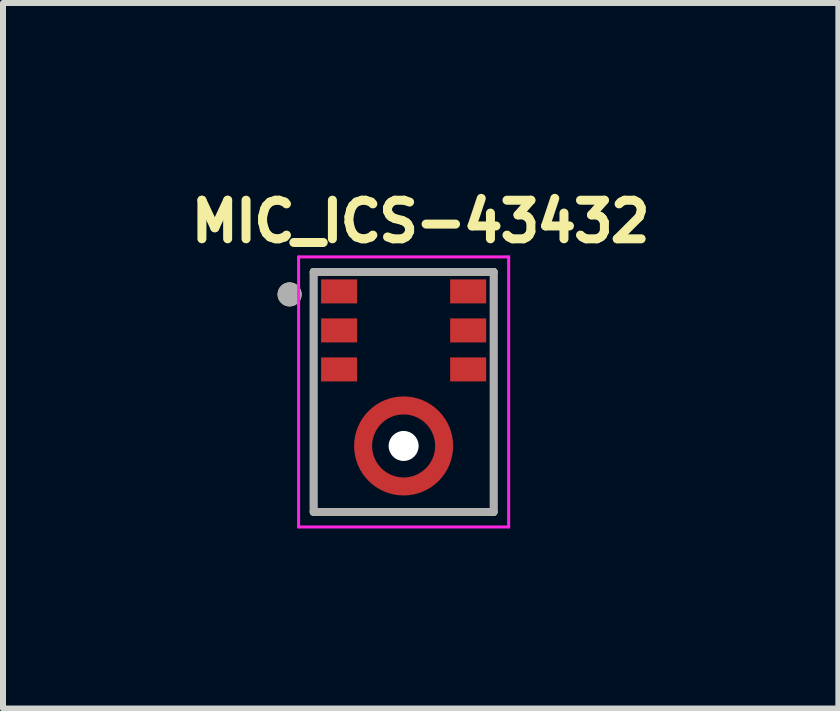
<source format=kicad_pcb>
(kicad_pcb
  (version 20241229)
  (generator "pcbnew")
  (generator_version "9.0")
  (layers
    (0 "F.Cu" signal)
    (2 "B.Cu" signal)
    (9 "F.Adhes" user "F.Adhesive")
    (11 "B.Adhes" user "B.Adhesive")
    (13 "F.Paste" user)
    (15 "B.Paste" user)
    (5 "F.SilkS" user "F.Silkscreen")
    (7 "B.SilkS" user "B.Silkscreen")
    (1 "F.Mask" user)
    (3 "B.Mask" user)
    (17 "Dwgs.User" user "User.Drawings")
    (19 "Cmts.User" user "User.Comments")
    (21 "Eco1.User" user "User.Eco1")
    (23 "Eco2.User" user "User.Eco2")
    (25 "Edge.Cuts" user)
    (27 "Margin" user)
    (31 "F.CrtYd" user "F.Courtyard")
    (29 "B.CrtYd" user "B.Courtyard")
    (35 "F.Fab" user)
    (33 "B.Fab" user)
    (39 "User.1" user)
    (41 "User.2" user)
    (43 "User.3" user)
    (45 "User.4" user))
  (footprint "MIC_ICS-43432"
    (layer "F.Cu")
    (at 3.675 3.48)
    (property "Reference" "MIC_ICS-43432" (at 0.283 -2.841 0) (layer "F.SilkS") (effects (font (size 0.643 0.643) (thickness 0.15))))
    (attr through_hole)
    (fp_circle (center 0 0.9) (end 0.675 0.9) (stroke (width 0.3) (type solid)) (fill no) (layer "F.Cu"))
    (fp_circle (center 0 0.9) (end 0.67 0.9) (stroke (width 0.5) (type solid)) (fill no) (layer "F.Mask"))
    (fp_line (start -1.5 -2) (end 1.5 -2) (stroke (width 0.127) (type solid)) (layer "F.SilkS"))
    (fp_line (start -1.5 2) (end -1.5 -2) (stroke (width 0.127) (type solid)) (layer "F.SilkS"))
    (fp_line (start 1.5 -2) (end 1.5 2) (stroke (width 0.127) (type solid)) (layer "F.SilkS"))
    (fp_line (start 1.5 2) (end -1.5 2) (stroke (width 0.127) (type solid)) (layer "F.SilkS"))
    (fp_circle (center -1.9 -1.625) (end -1.8 -1.625) (stroke (width 0.2) (type solid)) (fill no) (layer "F.SilkS"))
    (fp_arc (start -0.68 0.73) (mid -0.493327 0.406673) (end -0.17 0.22) (stroke (width 0.24) (type solid)) (layer "F.Paste"))
    (fp_arc (start -0.17 1.58) (mid -0.493327 1.393327) (end -0.68 1.07) (stroke (width 0.24) (type solid)) (layer "F.Paste"))
    (fp_arc (start 0.17 0.22) (mid 0.493327 0.406673) (end 0.68 0.73) (stroke (width 0.24) (type solid)) (layer "F.Paste"))
    (fp_arc (start 0.68 1.07) (mid 0.493327 1.393327) (end 0.17 1.58) (stroke (width 0.24) (type solid)) (layer "F.Paste"))
    (fp_poly (pts (xy -1.325 -1.825) (xy -0.825 -1.825) (xy -0.825 -1.525) (xy -1.325 -1.525)) (stroke (width 0.01) (type solid)) (fill yes) (layer "F.Paste"))
    (fp_poly (pts (xy -1.325 -1.175) (xy -0.825 -1.175) (xy -0.825 -0.875) (xy -1.325 -0.875)) (stroke (width 0.01) (type solid)) (fill yes) (layer "F.Paste"))
    (fp_poly (pts (xy -1.325 -0.525) (xy -0.825 -0.525) (xy -0.825 -0.225) (xy -1.325 -0.225)) (stroke (width 0.01) (type solid)) (fill yes) (layer "F.Paste"))
    (fp_poly (pts (xy 0.825 -1.825) (xy 1.325 -1.825) (xy 1.325 -1.525) (xy 0.825 -1.525)) (stroke (width 0.01) (type solid)) (fill yes) (layer "F.Paste"))
    (fp_poly (pts (xy 0.825 -1.175) (xy 1.325 -1.175) (xy 1.325 -0.875) (xy 0.825 -0.875)) (stroke (width 0.01) (type solid)) (fill yes) (layer "F.Paste"))
    (fp_poly (pts (xy 0.825 -0.525) (xy 1.325 -0.525) (xy 1.325 -0.225) (xy 0.825 -0.225)) (stroke (width 0.01) (type solid)) (fill yes) (layer "F.Paste"))
    (fp_line (start -1.75 -2.25) (end 1.75 -2.25) (stroke (width 0.05) (type solid)) (layer "F.CrtYd"))
    (fp_line (start -1.75 2.25) (end -1.75 -2.25) (stroke (width 0.05) (type solid)) (layer "F.CrtYd"))
    (fp_line (start 1.75 -2.25) (end 1.75 2.25) (stroke (width 0.05) (type solid)) (layer "F.CrtYd"))
    (fp_line (start 1.75 2.25) (end -1.75 2.25) (stroke (width 0.05) (type solid)) (layer "F.CrtYd"))
    (fp_line (start -1.5 -2) (end 1.5 -2) (stroke (width 0.127) (type solid)) (layer "F.Fab"))
    (fp_line (start -1.5 2) (end -1.5 -2) (stroke (width 0.127) (type solid)) (layer "F.Fab"))
    (fp_line (start 1.5 -2) (end 1.5 2) (stroke (width 0.127) (type solid)) (layer "F.Fab"))
    (fp_line (start 1.5 2) (end -1.5 2) (stroke (width 0.127) (type solid)) (layer "F.Fab"))
    (fp_circle (center -1.9 -1.625) (end -1.8 -1.625) (stroke (width 0.2) (type solid)) (fill no) (layer "F.Fab"))
    (pad "" np_thru_hole circle (at 0 0.9) (size 0.5 0.5) (drill 0.5) (layers "*.Cu" "*.Mask"))
    (pad "1" smd rect (at -1.075 -1.675) (size 0.6 0.4) (layers "F.Cu" "F.Mask"))
    (pad "2" smd rect (at -1.075 -1.025) (size 0.6 0.4) (layers "F.Cu" "F.Mask"))
    (pad "3" smd rect (at -1.075 -0.375) (size 0.6 0.4) (layers "F.Cu" "F.Mask"))
    (pad "4" smd rect (at 0 1.55) (size 0.1 0.1) (layers "F.Cu"))
    (pad "5" smd rect (at 1.075 -0.375) (size 0.6 0.4) (layers "F.Cu" "F.Mask"))
    (pad "6" smd rect (at 1.075 -1.025) (size 0.6 0.4) (layers "F.Cu" "F.Mask"))
    (pad "7" smd rect (at 1.075 -1.675) (size 0.6 0.4) (layers "F.Cu" "F.Mask")))
  (gr_rect
    (start -3 -3)
    (end 10.918 8.755)
    (stroke (width 0.1) (type default))
    (fill no)
    (layer "Edge.Cuts")))
</source>
